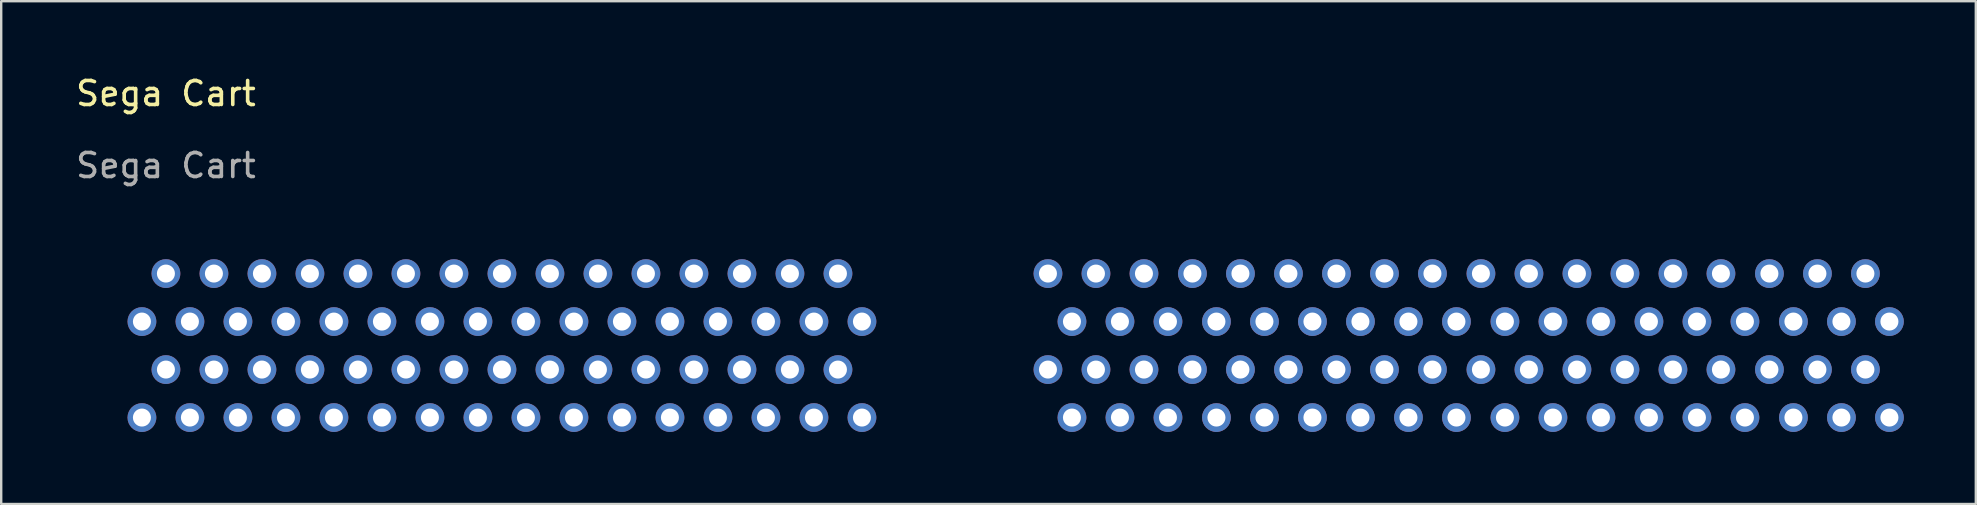
<source format=kicad_pcb>
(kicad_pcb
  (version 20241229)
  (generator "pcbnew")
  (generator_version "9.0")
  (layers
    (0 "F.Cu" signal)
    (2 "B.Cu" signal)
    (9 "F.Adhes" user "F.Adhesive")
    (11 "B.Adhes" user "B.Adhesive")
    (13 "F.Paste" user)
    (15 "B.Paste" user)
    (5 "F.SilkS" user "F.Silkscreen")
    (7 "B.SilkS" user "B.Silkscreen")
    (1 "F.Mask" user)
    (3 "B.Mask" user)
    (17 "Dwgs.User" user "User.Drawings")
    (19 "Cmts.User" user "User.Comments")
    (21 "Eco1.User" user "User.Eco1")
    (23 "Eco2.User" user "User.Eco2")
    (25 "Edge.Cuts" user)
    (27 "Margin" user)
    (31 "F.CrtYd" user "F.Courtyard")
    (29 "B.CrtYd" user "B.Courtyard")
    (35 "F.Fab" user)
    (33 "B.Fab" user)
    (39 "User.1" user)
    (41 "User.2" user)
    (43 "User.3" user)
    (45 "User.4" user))
  (footprint "Sega Cart"
    (layer "F.Cu")
    (at 3.863 8.348)
    (property "Reference" "Sega Cart" (at 0 -7.5 0) (unlocked yes) (layer "F.SilkS") (effects (font (size 1 1) (thickness 0.15))))
    (attr through_hole)
    (fp_text user "${REFERENCE}" (at 0 -4.5 0) (unlocked yes) (layer "F.Fab") (effects (font (size 1 1) (thickness 0.15))))
    (pad "A1" thru_hole circle (at 71.81 2) (size 1.2 1.2) (drill 0.75) (layers "*.Cu" "*.Mask"))
    (pad "A2" thru_hole circle (at 70.81 0) (size 1.2 1.2) (drill 0.75) (layers "*.Cu" "*.Mask"))
    (pad "A3" thru_hole circle (at 69.81 2) (size 1.2 1.2) (drill 0.75) (layers "*.Cu" "*.Mask"))
    (pad "A4" thru_hole circle (at 68.81 0) (size 1.2 1.2) (drill 0.75) (layers "*.Cu" "*.Mask"))
    (pad "A5" thru_hole circle (at 67.81 2) (size 1.2 1.2) (drill 0.75) (layers "*.Cu" "*.Mask"))
    (pad "A6" thru_hole circle (at 66.81 0) (size 1.2 1.2) (drill 0.75) (layers "*.Cu" "*.Mask"))
    (pad "A7" thru_hole circle (at 65.79 2) (size 1.2 1.2) (drill 0.75) (layers "*.Cu" "*.Mask"))
    (pad "A8" thru_hole circle (at 64.79 0) (size 1.2 1.2) (drill 0.75) (layers "*.Cu" "*.Mask"))
    (pad "A9" thru_hole circle (at 63.79 2) (size 1.2 1.2) (drill 0.75) (layers "*.Cu" "*.Mask"))
    (pad "A10" thru_hole circle (at 62.79 0) (size 1.2 1.2) (drill 0.75) (layers "*.Cu" "*.Mask"))
    (pad "A11" thru_hole circle (at 61.79 2) (size 1.2 1.2) (drill 0.75) (layers "*.Cu" "*.Mask"))
    (pad "A12" thru_hole circle (at 60.79 0) (size 1.2 1.2) (drill 0.75) (layers "*.Cu" "*.Mask"))
    (pad "A13" thru_hole circle (at 59.79 2) (size 1.2 1.2) (drill 0.75) (layers "*.Cu" "*.Mask"))
    (pad "A14" thru_hole circle (at 58.79 0) (size 1.2 1.2) (drill 0.75) (layers "*.Cu" "*.Mask"))
    (pad "A15" thru_hole circle (at 57.79 2) (size 1.2 1.2) (drill 0.75) (layers "*.Cu" "*.Mask"))
    (pad "A16" thru_hole circle (at 56.79 0) (size 1.2 1.2) (drill 0.75) (layers "*.Cu" "*.Mask"))
    (pad "A17" thru_hole circle (at 55.79 2) (size 1.2 1.2) (drill 0.75) (layers "*.Cu" "*.Mask"))
    (pad "A18" thru_hole circle (at 54.79 0) (size 1.2 1.2) (drill 0.75) (layers "*.Cu" "*.Mask"))
    (pad "A19" thru_hole circle (at 53.77 2) (size 1.2 1.2) (drill 0.75) (layers "*.Cu" "*.Mask"))
    (pad "A20" thru_hole circle (at 52.77 0) (size 1.2 1.2) (drill 0.75) (layers "*.Cu" "*.Mask"))
    (pad "A21" thru_hole circle (at 51.77 2) (size 1.2 1.2) (drill 0.75) (layers "*.Cu" "*.Mask"))
    (pad "A22" thru_hole circle (at 50.77 0) (size 1.2 1.2) (drill 0.75) (layers "*.Cu" "*.Mask"))
    (pad "A23" thru_hole circle (at 49.77 2) (size 1.2 1.2) (drill 0.75) (layers "*.Cu" "*.Mask"))
    (pad "A24" thru_hole circle (at 48.77 0) (size 1.2 1.2) (drill 0.75) (layers "*.Cu" "*.Mask"))
    (pad "A25" thru_hole circle (at 47.77 2) (size 1.2 1.2) (drill 0.75) (layers "*.Cu" "*.Mask"))
    (pad "A26" thru_hole circle (at 46.77 0) (size 1.2 1.2) (drill 0.75) (layers "*.Cu" "*.Mask"))
    (pad "A27" thru_hole circle (at 45.77 2) (size 1.2 1.2) (drill 0.75) (layers "*.Cu" "*.Mask"))
    (pad "A28" thru_hole circle (at 44.77 0) (size 1.2 1.2) (drill 0.75) (layers "*.Cu" "*.Mask"))
    (pad "A29" thru_hole circle (at 43.77 2) (size 1.2 1.2) (drill 0.75) (layers "*.Cu" "*.Mask"))
    (pad "A30" thru_hole circle (at 42.77 0) (size 1.2 1.2) (drill 0.75) (layers "*.Cu" "*.Mask"))
    (pad "A31" thru_hole circle (at 41.75 2) (size 1.2 1.2) (drill 0.75) (layers "*.Cu" "*.Mask"))
    (pad "A32" thru_hole circle (at 40.75 0) (size 1.2 1.2) (drill 0.75) (layers "*.Cu" "*.Mask"))
    (pad "A33" thru_hole circle (at 39.75 2) (size 1.2 1.2) (drill 0.75) (layers "*.Cu" "*.Mask"))
    (pad "A34" thru_hole circle (at 38.75 0) (size 1.2 1.2) (drill 0.75) (layers "*.Cu" "*.Mask"))
    (pad "A35" thru_hole circle (at 37.75 2) (size 1.2 1.2) (drill 0.75) (layers "*.Cu" "*.Mask"))
    (pad "A36" thru_hole circle (at 36.75 0) (size 1.2 1.2) (drill 0.75) (layers "*.Cu" "*.Mask"))
    (pad "A37" thru_hole circle (at 29 2) (size 1.2 1.2) (drill 0.75) (layers "*.Cu" "*.Mask"))
    (pad "A38" thru_hole circle (at 28 0) (size 1.2 1.2) (drill 0.75) (layers "*.Cu" "*.Mask"))
    (pad "A39" thru_hole circle (at 27 2) (size 1.2 1.2) (drill 0.75) (layers "*.Cu" "*.Mask"))
    (pad "A40" thru_hole circle (at 26 0) (size 1.2 1.2) (drill 0.75) (layers "*.Cu" "*.Mask"))
    (pad "A41" thru_hole circle (at 25 2) (size 1.2 1.2) (drill 0.75) (layers "*.Cu" "*.Mask"))
    (pad "A42" thru_hole circle (at 24 0) (size 1.2 1.2) (drill 0.75) (layers "*.Cu" "*.Mask"))
    (pad "A43" thru_hole circle (at 23 2) (size 1.2 1.2) (drill 0.75) (layers "*.Cu" "*.Mask"))
    (pad "A44" thru_hole circle (at 22 0) (size 1.2 1.2) (drill 0.75) (layers "*.Cu" "*.Mask"))
    (pad "A45" thru_hole circle (at 21 2) (size 1.2 1.2) (drill 0.75) (layers "*.Cu" "*.Mask"))
    (pad "A46" thru_hole circle (at 20 0) (size 1.2 1.2) (drill 0.75) (layers "*.Cu" "*.Mask"))
    (pad "A47" thru_hole circle (at 19 2) (size 1.2 1.2) (drill 0.75) (layers "*.Cu" "*.Mask"))
    (pad "A48" thru_hole circle (at 18 0) (size 1.2 1.2) (drill 0.75) (layers "*.Cu" "*.Mask"))
    (pad "A49" thru_hole circle (at 17 2) (size 1.2 1.2) (drill 0.75) (layers "*.Cu" "*.Mask"))
    (pad "A50" thru_hole circle (at 16 0) (size 1.2 1.2) (drill 0.75) (layers "*.Cu" "*.Mask"))
    (pad "A51" thru_hole circle (at 15 2) (size 1.2 1.2) (drill 0.75) (layers "*.Cu" "*.Mask"))
    (pad "A52" thru_hole circle (at 14 0) (size 1.2 1.2) (drill 0.75) (layers "*.Cu" "*.Mask"))
    (pad "A53" thru_hole circle (at 13 2) (size 1.2 1.2) (drill 0.75) (layers "*.Cu" "*.Mask"))
    (pad "A54" thru_hole circle (at 12 0) (size 1.2 1.2) (drill 0.75) (layers "*.Cu" "*.Mask"))
    (pad "A55" thru_hole circle (at 11 2) (size 1.2 1.2) (drill 0.75) (layers "*.Cu" "*.Mask"))
    (pad "A56" thru_hole circle (at 10 0) (size 1.2 1.2) (drill 0.75) (layers "*.Cu" "*.Mask"))
    (pad "A57" thru_hole circle (at 9 2) (size 1.2 1.2) (drill 0.75) (layers "*.Cu" "*.Mask"))
    (pad "A58" thru_hole circle (at 8 0) (size 1.2 1.2) (drill 0.75) (layers "*.Cu" "*.Mask"))
    (pad "A59" thru_hole circle (at 7 2) (size 1.2 1.2) (drill 0.75) (layers "*.Cu" "*.Mask"))
    (pad "A60" thru_hole circle (at 6 0) (size 1.2 1.2) (drill 0.75) (layers "*.Cu" "*.Mask"))
    (pad "A61" thru_hole circle (at 5 2) (size 1.2 1.2) (drill 0.75) (layers "*.Cu" "*.Mask"))
    (pad "A62" thru_hole circle (at 4 0) (size 1.2 1.2) (drill 0.75) (layers "*.Cu" "*.Mask"))
    (pad "A63" thru_hole circle (at 3 2) (size 1.2 1.2) (drill 0.75) (layers "*.Cu" "*.Mask"))
    (pad "A64" thru_hole circle (at 2 0) (size 1.2 1.2) (drill 0.75) (layers "*.Cu" "*.Mask"))
    (pad "A65" thru_hole circle (at 1 2) (size 1.2 1.2) (drill 0.75) (layers "*.Cu" "*.Mask"))
    (pad "A66" thru_hole circle (at 0 0) (size 1.2 1.2) (drill 0.75) (layers "*.Cu" "*.Mask"))
    (pad "A67" thru_hole circle (at -1 2) (size 1.2 1.2) (drill 0.75) (layers "*.Cu" "*.Mask"))
    (pad "B1" thru_hole circle (at 71.81 6) (size 1.2 1.2) (drill 0.75) (layers "*.Cu" "*.Mask"))
    (pad "B2" thru_hole circle (at 70.81 4) (size 1.2 1.2) (drill 0.75) (layers "*.Cu" "*.Mask"))
    (pad "B3" thru_hole circle (at 69.81 6) (size 1.2 1.2) (drill 0.75) (layers "*.Cu" "*.Mask"))
    (pad "B4" thru_hole circle (at 68.81 4) (size 1.2 1.2) (drill 0.75) (layers "*.Cu" "*.Mask"))
    (pad "B5" thru_hole circle (at 67.81 6) (size 1.2 1.2) (drill 0.75) (layers "*.Cu" "*.Mask"))
    (pad "B6" thru_hole circle (at 66.81 4) (size 1.2 1.2) (drill 0.75) (layers "*.Cu" "*.Mask"))
    (pad "B7" thru_hole circle (at 65.79 6) (size 1.2 1.2) (drill 0.75) (layers "*.Cu" "*.Mask"))
    (pad "B8" thru_hole circle (at 64.79 4) (size 1.2 1.2) (drill 0.75) (layers "*.Cu" "*.Mask"))
    (pad "B9" thru_hole circle (at 63.79 6) (size 1.2 1.2) (drill 0.75) (layers "*.Cu" "*.Mask"))
    (pad "B10" thru_hole circle (at 62.79 4) (size 1.2 1.2) (drill 0.75) (layers "*.Cu" "*.Mask"))
    (pad "B11" thru_hole circle (at 61.79 6) (size 1.2 1.2) (drill 0.75) (layers "*.Cu" "*.Mask"))
    (pad "B12" thru_hole circle (at 60.79 4) (size 1.2 1.2) (drill 0.75) (layers "*.Cu" "*.Mask"))
    (pad "B13" thru_hole circle (at 59.79 6) (size 1.2 1.2) (drill 0.75) (layers "*.Cu" "*.Mask"))
    (pad "B14" thru_hole circle (at 58.79 4) (size 1.2 1.2) (drill 0.75) (layers "*.Cu" "*.Mask"))
    (pad "B15" thru_hole circle (at 57.79 6) (size 1.2 1.2) (drill 0.75) (layers "*.Cu" "*.Mask"))
    (pad "B16" thru_hole circle (at 56.79 4) (size 1.2 1.2) (drill 0.75) (layers "*.Cu" "*.Mask"))
    (pad "B17" thru_hole circle (at 55.79 6) (size 1.2 1.2) (drill 0.75) (layers "*.Cu" "*.Mask"))
    (pad "B18" thru_hole circle (at 54.79 4) (size 1.2 1.2) (drill 0.75) (layers "*.Cu" "*.Mask"))
    (pad "B19" thru_hole circle (at 53.77 6) (size 1.2 1.2) (drill 0.75) (layers "*.Cu" "*.Mask"))
    (pad "B20" thru_hole circle (at 52.77 4) (size 1.2 1.2) (drill 0.75) (layers "*.Cu" "*.Mask"))
    (pad "B21" thru_hole circle (at 51.77 6) (size 1.2 1.2) (drill 0.75) (layers "*.Cu" "*.Mask"))
    (pad "B22" thru_hole circle (at 50.77 4) (size 1.2 1.2) (drill 0.75) (layers "*.Cu" "*.Mask"))
    (pad "B23" thru_hole circle (at 49.77 6) (size 1.2 1.2) (drill 0.75) (layers "*.Cu" "*.Mask"))
    (pad "B24" thru_hole circle (at 48.77 4) (size 1.2 1.2) (drill 0.75) (layers "*.Cu" "*.Mask"))
    (pad "B25" thru_hole circle (at 47.77 6) (size 1.2 1.2) (drill 0.75) (layers "*.Cu" "*.Mask"))
    (pad "B26" thru_hole circle (at 46.77 4) (size 1.2 1.2) (drill 0.75) (layers "*.Cu" "*.Mask"))
    (pad "B27" thru_hole circle (at 45.77 6) (size 1.2 1.2) (drill 0.75) (layers "*.Cu" "*.Mask"))
    (pad "B28" thru_hole circle (at 44.77 4) (size 1.2 1.2) (drill 0.75) (layers "*.Cu" "*.Mask"))
    (pad "B29" thru_hole circle (at 43.77 6) (size 1.2 1.2) (drill 0.75) (layers "*.Cu" "*.Mask"))
    (pad "B30" thru_hole circle (at 42.77 4) (size 1.2 1.2) (drill 0.75) (layers "*.Cu" "*.Mask"))
    (pad "B31" thru_hole circle (at 41.75 6) (size 1.2 1.2) (drill 0.75) (layers "*.Cu" "*.Mask"))
    (pad "B32" thru_hole circle (at 40.75 4) (size 1.2 1.2) (drill 0.75) (layers "*.Cu" "*.Mask"))
    (pad "B33" thru_hole circle (at 39.75 6) (size 1.2 1.2) (drill 0.75) (layers "*.Cu" "*.Mask"))
    (pad "B34" thru_hole circle (at 38.75 4) (size 1.2 1.2) (drill 0.75) (layers "*.Cu" "*.Mask"))
    (pad "B35" thru_hole circle (at 37.75 6) (size 1.2 1.2) (drill 0.75) (layers "*.Cu" "*.Mask"))
    (pad "B36" thru_hole circle (at 36.75 4) (size 1.2 1.2) (drill 0.75) (layers "*.Cu" "*.Mask"))
    (pad "B37" thru_hole circle (at 29 6) (size 1.2 1.2) (drill 0.75) (layers "*.Cu" "*.Mask"))
    (pad "B38" thru_hole circle (at 28 4) (size 1.2 1.2) (drill 0.75) (layers "*.Cu" "*.Mask"))
    (pad "B39" thru_hole circle (at 27 6) (size 1.2 1.2) (drill 0.75) (layers "*.Cu" "*.Mask"))
    (pad "B40" thru_hole circle (at 26 4) (size 1.2 1.2) (drill 0.75) (layers "*.Cu" "*.Mask"))
    (pad "B41" thru_hole circle (at 25 6) (size 1.2 1.2) (drill 0.75) (layers "*.Cu" "*.Mask"))
    (pad "B42" thru_hole circle (at 24 4) (size 1.2 1.2) (drill 0.75) (layers "*.Cu" "*.Mask"))
    (pad "B43" thru_hole circle (at 23 6) (size 1.2 1.2) (drill 0.75) (layers "*.Cu" "*.Mask"))
    (pad "B44" thru_hole circle (at 22 4) (size 1.2 1.2) (drill 0.75) (layers "*.Cu" "*.Mask"))
    (pad "B45" thru_hole circle (at 21 6) (size 1.2 1.2) (drill 0.75) (layers "*.Cu" "*.Mask"))
    (pad "B46" thru_hole circle (at 20 4) (size 1.2 1.2) (drill 0.75) (layers "*.Cu" "*.Mask"))
    (pad "B47" thru_hole circle (at 19 6) (size 1.2 1.2) (drill 0.75) (layers "*.Cu" "*.Mask"))
    (pad "B48" thru_hole circle (at 18 4) (size 1.2 1.2) (drill 0.75) (layers "*.Cu" "*.Mask"))
    (pad "B49" thru_hole circle (at 17 6) (size 1.2 1.2) (drill 0.75) (layers "*.Cu" "*.Mask"))
    (pad "B50" thru_hole circle (at 16 4) (size 1.2 1.2) (drill 0.75) (layers "*.Cu" "*.Mask"))
    (pad "B51" thru_hole circle (at 15 6) (size 1.2 1.2) (drill 0.75) (layers "*.Cu" "*.Mask"))
    (pad "B52" thru_hole circle (at 14 4) (size 1.2 1.2) (drill 0.75) (layers "*.Cu" "*.Mask"))
    (pad "B53" thru_hole circle (at 13 6) (size 1.2 1.2) (drill 0.75) (layers "*.Cu" "*.Mask"))
    (pad "B54" thru_hole circle (at 12 4) (size 1.2 1.2) (drill 0.75) (layers "*.Cu" "*.Mask"))
    (pad "B55" thru_hole circle (at 11 6) (size 1.2 1.2) (drill 0.75) (layers "*.Cu" "*.Mask"))
    (pad "B56" thru_hole circle (at 10 4) (size 1.2 1.2) (drill 0.75) (layers "*.Cu" "*.Mask"))
    (pad "B57" thru_hole circle (at 9 6) (size 1.2 1.2) (drill 0.75) (layers "*.Cu" "*.Mask"))
    (pad "B58" thru_hole circle (at 8 4) (size 1.2 1.2) (drill 0.75) (layers "*.Cu" "*.Mask"))
    (pad "B59" thru_hole circle (at 7 6) (size 1.2 1.2) (drill 0.75) (layers "*.Cu" "*.Mask"))
    (pad "B60" thru_hole circle (at 6 4) (size 1.2 1.2) (drill 0.75) (layers "*.Cu" "*.Mask"))
    (pad "B61" thru_hole circle (at 5 6) (size 1.2 1.2) (drill 0.75) (layers "*.Cu" "*.Mask"))
    (pad "B62" thru_hole circle (at 4 4) (size 1.2 1.2) (drill 0.75) (layers "*.Cu" "*.Mask"))
    (pad "B63" thru_hole circle (at 3 6) (size 1.2 1.2) (drill 0.75) (layers "*.Cu" "*.Mask"))
    (pad "B64" thru_hole circle (at 2 4) (size 1.2 1.2) (drill 0.75) (layers "*.Cu" "*.Mask"))
    (pad "B65" thru_hole circle (at 1 6) (size 1.2 1.2) (drill 0.75) (layers "*.Cu" "*.Mask"))
    (pad "B66" thru_hole circle (at 0 4) (size 1.2 1.2) (drill 0.75) (layers "*.Cu" "*.Mask"))
    (pad "B67" thru_hole circle (at -1 6) (size 1.2 1.2) (drill 0.75) (layers "*.Cu" "*.Mask")))
  (gr_rect
    (start -3 -3)
    (end 79.273 17.948)
    (stroke (width 0.1) (type default))
    (fill no)
    (layer "Edge.Cuts")))
</source>
